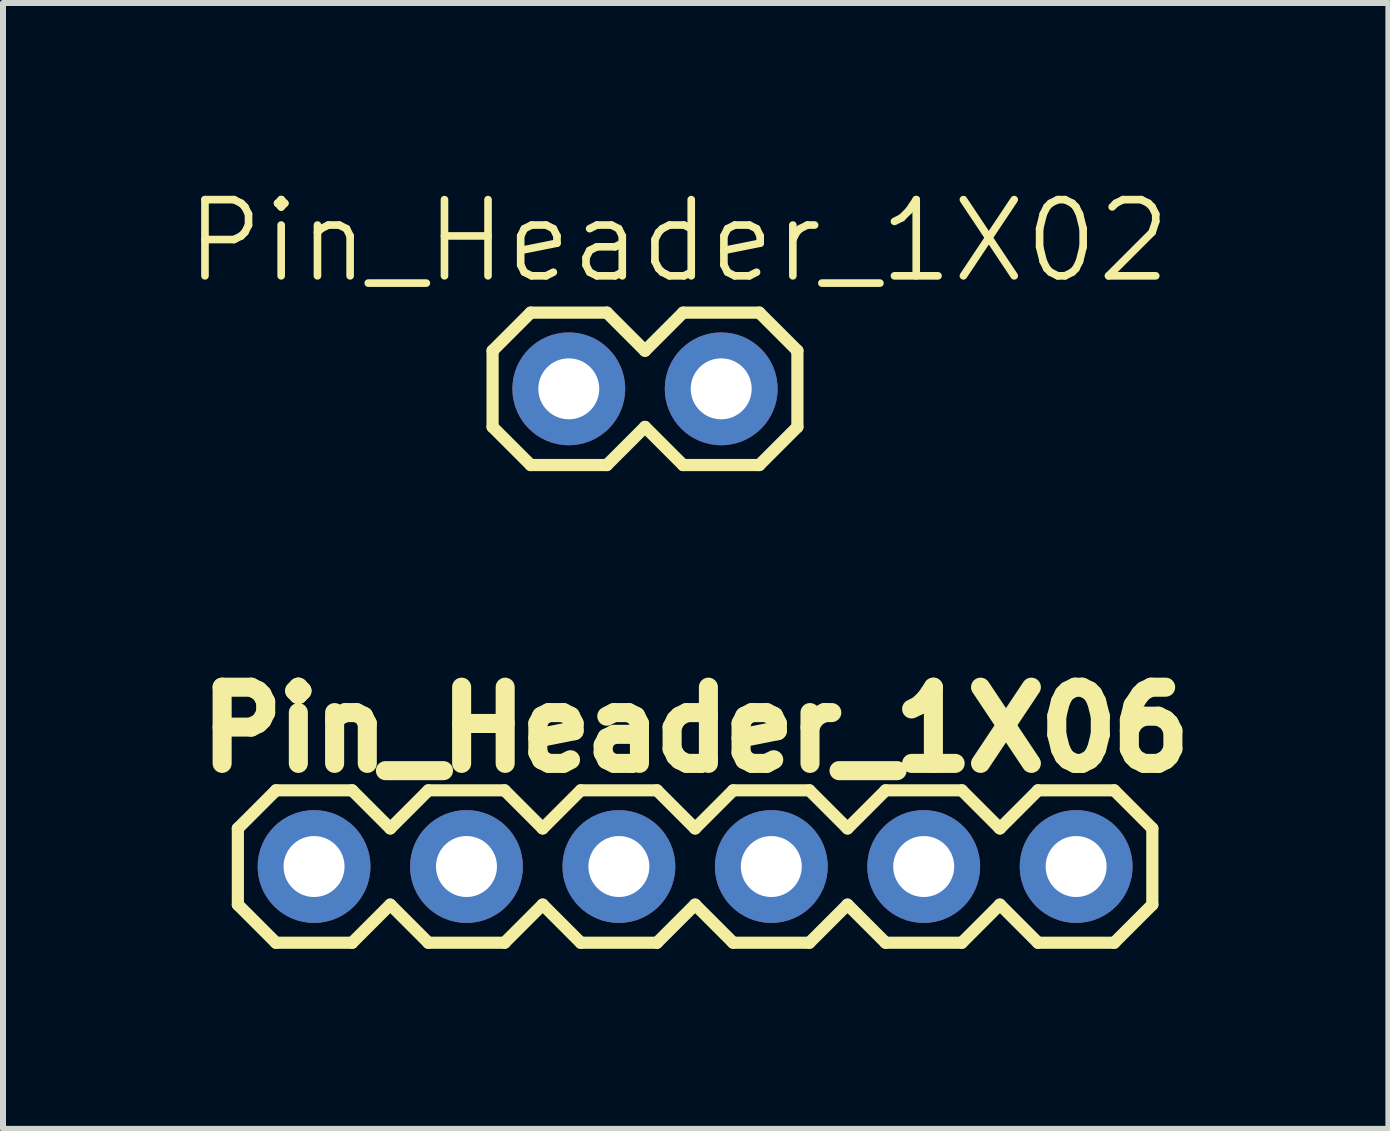
<source format=kicad_pcb>
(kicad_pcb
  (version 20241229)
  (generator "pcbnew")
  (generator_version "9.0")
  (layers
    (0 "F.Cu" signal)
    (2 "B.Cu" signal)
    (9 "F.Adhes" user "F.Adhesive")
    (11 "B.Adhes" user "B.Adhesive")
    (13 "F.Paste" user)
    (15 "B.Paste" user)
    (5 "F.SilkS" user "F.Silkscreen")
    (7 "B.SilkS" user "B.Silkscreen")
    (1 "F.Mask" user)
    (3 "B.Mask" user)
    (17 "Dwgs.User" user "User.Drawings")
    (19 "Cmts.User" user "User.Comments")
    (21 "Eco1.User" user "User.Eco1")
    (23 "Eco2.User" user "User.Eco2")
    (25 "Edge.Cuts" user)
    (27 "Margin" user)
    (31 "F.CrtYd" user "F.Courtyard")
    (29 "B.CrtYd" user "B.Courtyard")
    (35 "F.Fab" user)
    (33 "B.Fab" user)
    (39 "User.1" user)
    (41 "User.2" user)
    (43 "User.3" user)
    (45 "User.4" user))
  (footprint "Pin_Header_1X06"
    (layer "F.Cu")
    (at 8.574 11.281)
    (property "Reference" "Pin_Header_1X06" (at -0.03 -2.18 0) (layer "F.SilkS") (effects (font (size 1.27 1.27) (thickness 0.318))))
    (attr exclude_from_pos_files exclude_from_bom)
    (fp_line (start -7.66 -0.525) (end -7.66 0.745) (stroke (width 0.203) (type solid)) (layer "F.SilkS"))
    (fp_line (start -7.66 0.745) (end -7.025 1.38) (stroke (width 0.203) (type solid)) (layer "F.SilkS"))
    (fp_line (start -7.025 -1.16) (end -7.66 -0.525) (stroke (width 0.203) (type solid)) (layer "F.SilkS"))
    (fp_line (start -7.025 -1.16) (end -5.755 -1.16) (stroke (width 0.203) (type solid)) (layer "F.SilkS"))
    (fp_line (start -5.755 -1.16) (end -5.12 -0.525) (stroke (width 0.203) (type solid)) (layer "F.SilkS"))
    (fp_line (start -5.755 1.38) (end -7.025 1.38) (stroke (width 0.203) (type solid)) (layer "F.SilkS"))
    (fp_line (start -5.12 -0.525) (end -4.485 -1.16) (stroke (width 0.203) (type solid)) (layer "F.SilkS"))
    (fp_line (start -5.12 0.745) (end -5.755 1.38) (stroke (width 0.203) (type solid)) (layer "F.SilkS"))
    (fp_line (start -4.485 -1.16) (end -3.215 -1.16) (stroke (width 0.203) (type solid)) (layer "F.SilkS"))
    (fp_line (start -4.485 1.38) (end -5.12 0.745) (stroke (width 0.203) (type solid)) (layer "F.SilkS"))
    (fp_line (start -3.215 -1.16) (end -2.58 -0.525) (stroke (width 0.203) (type solid)) (layer "F.SilkS"))
    (fp_line (start -3.215 1.38) (end -4.485 1.38) (stroke (width 0.203) (type solid)) (layer "F.SilkS"))
    (fp_line (start -2.58 -0.525) (end -1.945 -1.16) (stroke (width 0.203) (type solid)) (layer "F.SilkS"))
    (fp_line (start -2.58 0.745) (end -3.215 1.38) (stroke (width 0.203) (type solid)) (layer "F.SilkS"))
    (fp_line (start -1.945 -1.16) (end -0.675 -1.16) (stroke (width 0.203) (type solid)) (layer "F.SilkS"))
    (fp_line (start -1.945 1.38) (end -2.58 0.745) (stroke (width 0.203) (type solid)) (layer "F.SilkS"))
    (fp_line (start -0.675 -1.16) (end -0.04 -0.525) (stroke (width 0.203) (type solid)) (layer "F.SilkS"))
    (fp_line (start -0.675 1.38) (end -1.945 1.38) (stroke (width 0.203) (type solid)) (layer "F.SilkS"))
    (fp_line (start -0.04 0.745) (end -0.675 1.38) (stroke (width 0.203) (type solid)) (layer "F.SilkS"))
    (fp_line (start -0.04 0.745) (end 0.595 1.38) (stroke (width 0.203) (type solid)) (layer "F.SilkS"))
    (fp_line (start 0.595 -1.16) (end -0.04 -0.525) (stroke (width 0.203) (type solid)) (layer "F.SilkS"))
    (fp_line (start 0.595 -1.16) (end 1.865 -1.16) (stroke (width 0.203) (type solid)) (layer "F.SilkS"))
    (fp_line (start 1.865 -1.16) (end 2.5 -0.525) (stroke (width 0.203) (type solid)) (layer "F.SilkS"))
    (fp_line (start 1.865 1.38) (end 0.595 1.38) (stroke (width 0.203) (type solid)) (layer "F.SilkS"))
    (fp_line (start 2.5 -0.525) (end 3.135 -1.16) (stroke (width 0.203) (type solid)) (layer "F.SilkS"))
    (fp_line (start 2.5 0.745) (end 1.865 1.38) (stroke (width 0.203) (type solid)) (layer "F.SilkS"))
    (fp_line (start 3.135 -1.16) (end 4.405 -1.16) (stroke (width 0.203) (type solid)) (layer "F.SilkS"))
    (fp_line (start 3.135 1.38) (end 2.5 0.745) (stroke (width 0.203) (type solid)) (layer "F.SilkS"))
    (fp_line (start 4.405 -1.16) (end 5.04 -0.525) (stroke (width 0.203) (type solid)) (layer "F.SilkS"))
    (fp_line (start 4.405 1.38) (end 3.135 1.38) (stroke (width 0.203) (type solid)) (layer "F.SilkS"))
    (fp_line (start 5.04 -0.525) (end 5.675 -1.16) (stroke (width 0.203) (type solid)) (layer "F.SilkS"))
    (fp_line (start 5.04 0.745) (end 4.405 1.38) (stroke (width 0.203) (type solid)) (layer "F.SilkS"))
    (fp_line (start 5.675 -1.16) (end 6.945 -1.16) (stroke (width 0.203) (type solid)) (layer "F.SilkS"))
    (fp_line (start 5.675 1.38) (end 5.04 0.745) (stroke (width 0.203) (type solid)) (layer "F.SilkS"))
    (fp_line (start 6.945 -1.16) (end 7.58 -0.525) (stroke (width 0.203) (type solid)) (layer "F.SilkS"))
    (fp_line (start 6.945 1.38) (end 5.675 1.38) (stroke (width 0.203) (type solid)) (layer "F.SilkS"))
    (fp_line (start 7.58 -0.525) (end 7.58 0.745) (stroke (width 0.203) (type solid)) (layer "F.SilkS"))
    (fp_line (start 7.58 0.745) (end 6.945 1.38) (stroke (width 0.203) (type solid)) (layer "F.SilkS"))
    (fp_line (start -6.644 -0.144) (end -6.136 -0.144) (stroke (width 0.066) (type solid)) (layer "Dwgs.User"))
    (fp_line (start -6.644 0.364) (end -6.644 -0.144) (stroke (width 0.066) (type solid)) (layer "Dwgs.User"))
    (fp_line (start -6.644 0.364) (end -6.136 0.364) (stroke (width 0.066) (type solid)) (layer "Dwgs.User"))
    (fp_line (start -6.136 0.364) (end -6.136 -0.144) (stroke (width 0.066) (type solid)) (layer "Dwgs.User"))
    (fp_line (start -4.104 -0.144) (end -3.596 -0.144) (stroke (width 0.066) (type solid)) (layer "Dwgs.User"))
    (fp_line (start -4.104 0.364) (end -4.104 -0.144) (stroke (width 0.066) (type solid)) (layer "Dwgs.User"))
    (fp_line (start -4.104 0.364) (end -3.596 0.364) (stroke (width 0.066) (type solid)) (layer "Dwgs.User"))
    (fp_line (start -3.596 0.364) (end -3.596 -0.144) (stroke (width 0.066) (type solid)) (layer "Dwgs.User"))
    (fp_line (start -1.564 -0.144) (end -1.056 -0.144) (stroke (width 0.066) (type solid)) (layer "Dwgs.User"))
    (fp_line (start -1.564 0.364) (end -1.564 -0.144) (stroke (width 0.066) (type solid)) (layer "Dwgs.User"))
    (fp_line (start -1.564 0.364) (end -1.056 0.364) (stroke (width 0.066) (type solid)) (layer "Dwgs.User"))
    (fp_line (start -1.056 0.364) (end -1.056 -0.144) (stroke (width 0.066) (type solid)) (layer "Dwgs.User"))
    (fp_line (start 0.976 -0.144) (end 1.484 -0.144) (stroke (width 0.066) (type solid)) (layer "Dwgs.User"))
    (fp_line (start 0.976 0.364) (end 0.976 -0.144) (stroke (width 0.066) (type solid)) (layer "Dwgs.User"))
    (fp_line (start 0.976 0.364) (end 1.484 0.364) (stroke (width 0.066) (type solid)) (layer "Dwgs.User"))
    (fp_line (start 1.484 0.364) (end 1.484 -0.144) (stroke (width 0.066) (type solid)) (layer "Dwgs.User"))
    (fp_line (start 3.516 -0.144) (end 4.024 -0.144) (stroke (width 0.066) (type solid)) (layer "Dwgs.User"))
    (fp_line (start 3.516 0.364) (end 3.516 -0.144) (stroke (width 0.066) (type solid)) (layer "Dwgs.User"))
    (fp_line (start 3.516 0.364) (end 4.024 0.364) (stroke (width 0.066) (type solid)) (layer "Dwgs.User"))
    (fp_line (start 4.024 0.364) (end 4.024 -0.144) (stroke (width 0.066) (type solid)) (layer "Dwgs.User"))
    (fp_line (start 6.056 -0.144) (end 6.564 -0.144) (stroke (width 0.066) (type solid)) (layer "Dwgs.User"))
    (fp_line (start 6.056 0.364) (end 6.056 -0.144) (stroke (width 0.066) (type solid)) (layer "Dwgs.User"))
    (fp_line (start 6.056 0.364) (end 6.564 0.364) (stroke (width 0.066) (type solid)) (layer "Dwgs.User"))
    (fp_line (start 6.564 0.364) (end 6.564 -0.144) (stroke (width 0.066) (type solid)) (layer "Dwgs.User"))
    (pad "1" thru_hole circle (at -6.39 0.11) (size 1.88 1.88) (drill 1.016) (layers "*.Cu" "*.Paste" "*.Mask"))
    (pad "2" thru_hole circle (at -3.85 0.11) (size 1.88 1.88) (drill 1.016) (layers "*.Cu" "*.Paste" "*.Mask"))
    (pad "3" thru_hole circle (at -1.31 0.11) (size 1.88 1.88) (drill 1.016) (layers "*.Cu" "*.Paste" "*.Mask"))
    (pad "4" thru_hole circle (at 1.23 0.11) (size 1.88 1.88) (drill 1.016) (layers "*.Cu" "*.Paste" "*.Mask"))
    (pad "5" thru_hole circle (at 3.77 0.11) (size 1.88 1.88) (drill 1.016) (layers "*.Cu" "*.Paste" "*.Mask"))
    (pad "6" thru_hole circle (at 6.31 0.11) (size 1.88 1.88) (drill 1.016) (layers "*.Cu" "*.Paste" "*.Mask")))
  (footprint "Pin_Header_1X02"
    (layer "F.Cu")
    (at 6.429 3.43)
    (property "Reference" "Pin_Header_1X02" (at 1.829 -2.464 0) (layer "F.SilkS") (effects (font (size 1.27 1.27) (thickness 0.127))))
    (attr exclude_from_pos_files exclude_from_bom)
    (fp_line (start -1.27 -0.635) (end -1.27 0.635) (stroke (width 0.203) (type solid)) (layer "F.SilkS"))
    (fp_line (start -1.27 0.635) (end -0.635 1.27) (stroke (width 0.203) (type solid)) (layer "F.SilkS"))
    (fp_line (start -0.635 -1.27) (end -1.27 -0.635) (stroke (width 0.203) (type solid)) (layer "F.SilkS"))
    (fp_line (start -0.635 -1.27) (end 0.635 -1.27) (stroke (width 0.203) (type solid)) (layer "F.SilkS"))
    (fp_line (start 0.635 -1.27) (end 1.27 -0.635) (stroke (width 0.203) (type solid)) (layer "F.SilkS"))
    (fp_line (start 0.635 1.27) (end -0.635 1.27) (stroke (width 0.203) (type solid)) (layer "F.SilkS"))
    (fp_line (start 1.27 -0.635) (end 1.905 -1.27) (stroke (width 0.203) (type solid)) (layer "F.SilkS"))
    (fp_line (start 1.27 0.635) (end 0.635 1.27) (stroke (width 0.203) (type solid)) (layer "F.SilkS"))
    (fp_line (start 1.905 -1.27) (end 3.175 -1.27) (stroke (width 0.203) (type solid)) (layer "F.SilkS"))
    (fp_line (start 1.905 1.27) (end 1.27 0.635) (stroke (width 0.203) (type solid)) (layer "F.SilkS"))
    (fp_line (start 3.175 -1.27) (end 3.81 -0.635) (stroke (width 0.203) (type solid)) (layer "F.SilkS"))
    (fp_line (start 3.175 1.27) (end 1.905 1.27) (stroke (width 0.203) (type solid)) (layer "F.SilkS"))
    (fp_line (start 3.81 -0.635) (end 3.81 0.635) (stroke (width 0.203) (type solid)) (layer "F.SilkS"))
    (fp_line (start 3.81 0.635) (end 3.175 1.27) (stroke (width 0.203) (type solid)) (layer "F.SilkS"))
    (fp_line (start -0.254 -0.254) (end 0.254 -0.254) (stroke (width 0.066) (type solid)) (layer "Dwgs.User"))
    (fp_line (start -0.254 0.254) (end -0.254 -0.254) (stroke (width 0.066) (type solid)) (layer "Dwgs.User"))
    (fp_line (start -0.254 0.254) (end 0.254 0.254) (stroke (width 0.066) (type solid)) (layer "Dwgs.User"))
    (fp_line (start 0.254 0.254) (end 0.254 -0.254) (stroke (width 0.066) (type solid)) (layer "Dwgs.User"))
    (fp_line (start 2.286 -0.254) (end 2.794 -0.254) (stroke (width 0.066) (type solid)) (layer "Dwgs.User"))
    (fp_line (start 2.286 0.254) (end 2.286 -0.254) (stroke (width 0.066) (type solid)) (layer "Dwgs.User"))
    (fp_line (start 2.286 0.254) (end 2.794 0.254) (stroke (width 0.066) (type solid)) (layer "Dwgs.User"))
    (fp_line (start 2.794 0.254) (end 2.794 -0.254) (stroke (width 0.066) (type solid)) (layer "Dwgs.User"))
    (pad "1" thru_hole circle (at 0 0) (size 1.88 1.88) (drill 1.016) (layers "*.Cu" "*.Paste" "*.Mask"))
    (pad "2" thru_hole circle (at 2.54 0) (size 1.88 1.88) (drill 1.016) (layers "*.Cu" "*.Paste" "*.Mask")))
  (gr_rect
    (start -3 -3)
    (end 20.088 15.763)
    (stroke (width 0.1) (type default))
    (fill no)
    (layer "Edge.Cuts")))
</source>
